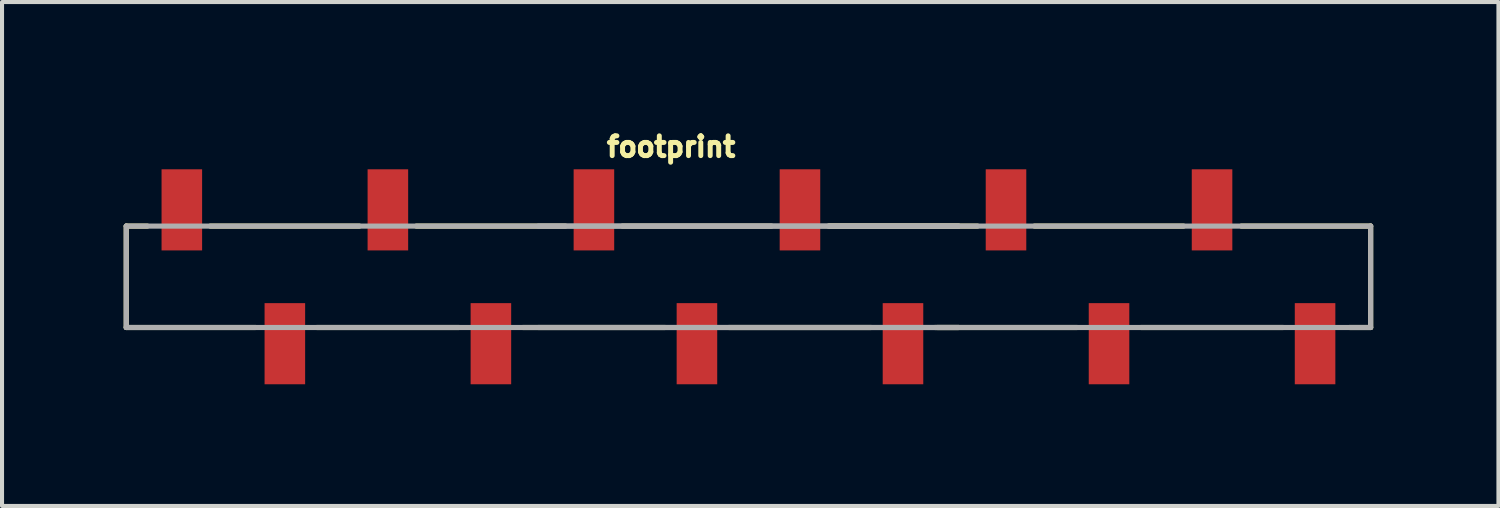
<source format=kicad_pcb>
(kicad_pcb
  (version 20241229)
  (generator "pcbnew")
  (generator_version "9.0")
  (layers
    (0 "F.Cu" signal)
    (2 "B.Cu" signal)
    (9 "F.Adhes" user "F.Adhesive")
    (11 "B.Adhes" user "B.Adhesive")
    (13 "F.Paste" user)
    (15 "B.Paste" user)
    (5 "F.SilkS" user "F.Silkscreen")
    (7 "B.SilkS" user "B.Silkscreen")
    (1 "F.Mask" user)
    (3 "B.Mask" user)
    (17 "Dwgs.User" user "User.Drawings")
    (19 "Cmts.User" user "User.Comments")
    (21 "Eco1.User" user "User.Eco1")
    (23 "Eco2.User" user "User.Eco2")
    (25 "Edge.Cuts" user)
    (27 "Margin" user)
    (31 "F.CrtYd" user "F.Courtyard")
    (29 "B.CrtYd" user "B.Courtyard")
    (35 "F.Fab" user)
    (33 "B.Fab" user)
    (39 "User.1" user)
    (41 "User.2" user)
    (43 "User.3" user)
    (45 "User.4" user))
  (footprint "footprint"
    (layer "F.Cu")
    (at 30.643 3.774)
    (property "Reference" "footprint" (at -18.796 -2.921 0) (layer "F.SilkS") (effects (font (size 0.488 0.488) (thickness 0.122)) (justify left bottom)))
    (fp_line (start -30.58 -1.25) (end -30.58 1.25) (stroke (width 0.127) (type solid)) (layer "F.SilkS"))
    (fp_line (start -30.58 1.25) (end -27.393 1.25) (stroke (width 0.127) (type solid)) (layer "F.SilkS"))
    (fp_line (start -30.06 -1.25) (end -30.58 -1.25) (stroke (width 0.127) (type solid)) (layer "F.SilkS"))
    (fp_line (start -25.881 1.25) (end -22.379 1.25) (stroke (width 0.127) (type solid)) (layer "F.SilkS"))
    (fp_line (start -24.833 -1.25) (end -28.507 -1.25) (stroke (width 0.127) (type solid)) (layer "F.SilkS"))
    (fp_line (start -20.801 1.25) (end -17.299 1.25) (stroke (width 0.127) (type solid)) (layer "F.SilkS"))
    (fp_line (start -19.753 -1.25) (end -23.427 -1.25) (stroke (width 0.127) (type solid)) (layer "F.SilkS"))
    (fp_line (start -15.721 1.25) (end -12.219 1.25) (stroke (width 0.127) (type solid)) (layer "F.SilkS"))
    (fp_line (start -14.673 -1.25) (end -18.347 -1.25) (stroke (width 0.127) (type solid)) (layer "F.SilkS"))
    (fp_line (start -10.641 1.25) (end -7.139 1.25) (stroke (width 0.127) (type solid)) (layer "F.SilkS"))
    (fp_line (start -10.58 1.25) (end -10.06 1.25) (stroke (width 0.127) (type solid)) (layer "F.SilkS"))
    (fp_line (start -10.06 -1.25) (end -13.247 -1.25) (stroke (width 0.127) (type solid)) (layer "F.SilkS"))
    (fp_line (start -9.593 -1.25) (end -13.267 -1.25) (stroke (width 0.127) (type solid)) (layer "F.SilkS"))
    (fp_line (start -5.561 1.25) (end -2.059 1.25) (stroke (width 0.127) (type solid)) (layer "F.SilkS"))
    (fp_line (start -4.513 -1.25) (end -8.187 -1.25) (stroke (width 0.127) (type solid)) (layer "F.SilkS"))
    (fp_line (start -0.42 1.25) (end 0.1 1.25) (stroke (width 0.127) (type solid)) (layer "F.SilkS"))
    (fp_line (start 0.1 -1.25) (end -3.087 -1.25) (stroke (width 0.127) (type solid)) (layer "F.SilkS"))
    (fp_line (start 0.1 1.25) (end 0.1 -1.25) (stroke (width 0.127) (type solid)) (layer "F.SilkS"))
    (fp_line (start -30.58 -1.25) (end -30.58 1.25) (stroke (width 0.127) (type solid)) (layer "F.Fab"))
    (fp_line (start -30.58 1.25) (end -10.06 1.25) (stroke (width 0.127) (type solid)) (layer "F.Fab"))
    (fp_line (start -20.42 1.25) (end 0.1 1.25) (stroke (width 0.127) (type solid)) (layer "F.Fab"))
    (fp_line (start -10.06 -1.25) (end -30.58 -1.25) (stroke (width 0.127) (type solid)) (layer "F.Fab"))
    (fp_line (start 0.1 -1.25) (end -20.42 -1.25) (stroke (width 0.127) (type solid)) (layer "F.Fab"))
    (fp_line (start 0.1 1.25) (end 0.1 -1.25) (stroke (width 0.127) (type solid)) (layer "F.Fab"))
    (pad "1" smd rect (at -1.27 1.65 270) (size 2 1) (layers "F.Cu" "F.Mask" "F.Paste"))
    (pad "2" smd rect (at -3.81 -1.65 270) (size 2 1) (layers "F.Cu" "F.Mask" "F.Paste"))
    (pad "3" smd rect (at -6.35 1.65 270) (size 2 1) (layers "F.Cu" "F.Mask" "F.Paste"))
    (pad "4" smd rect (at -8.89 -1.65 270) (size 2 1) (layers "F.Cu" "F.Mask" "F.Paste"))
    (pad "5" smd rect (at -11.43 1.65 270) (size 2 1) (layers "F.Cu" "F.Mask" "F.Paste"))
    (pad "6" smd rect (at -13.97 -1.65 270) (size 2 1) (layers "F.Cu" "F.Mask" "F.Paste"))
    (pad "7" smd rect (at -16.51 1.65 270) (size 2 1) (layers "F.Cu" "F.Mask" "F.Paste"))
    (pad "8" smd rect (at -19.05 -1.65 270) (size 2 1) (layers "F.Cu" "F.Mask" "F.Paste"))
    (pad "9" smd rect (at -21.59 1.65 270) (size 2 1) (layers "F.Cu" "F.Mask" "F.Paste"))
    (pad "10" smd rect (at -24.13 -1.65 270) (size 2 1) (layers "F.Cu" "F.Mask" "F.Paste"))
    (pad "11" smd rect (at -26.67 1.65 270) (size 2 1) (layers "F.Cu" "F.Mask" "F.Paste"))
    (pad "12" smd rect (at -29.21 -1.65 270) (size 2 1) (layers "F.Cu" "F.Mask" "F.Paste")))
  (gr_rect
    (start -3 -3)
    (end 33.894 9.424)
    (stroke (width 0.1) (type default))
    (fill no)
    (layer "Edge.Cuts")))
</source>
